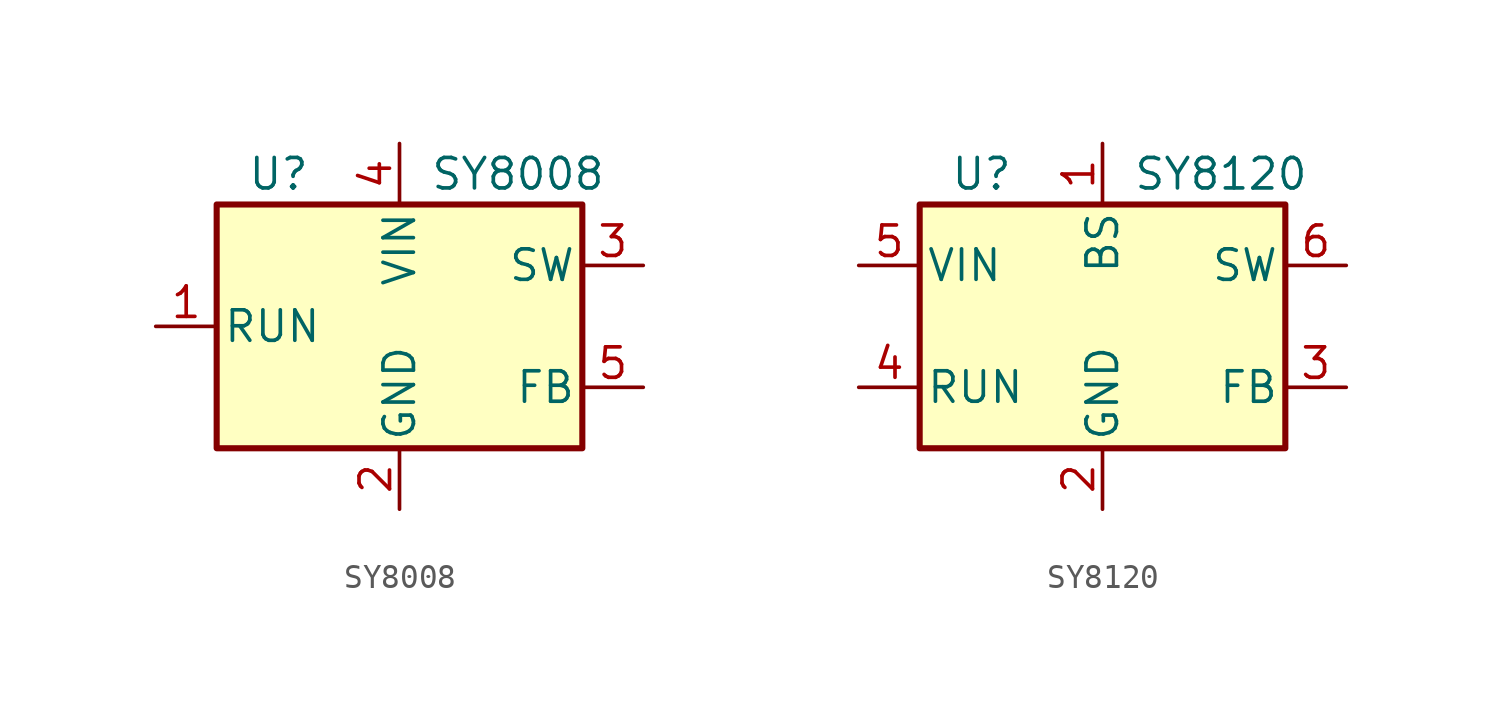
<source format=kicad_sym>
(kicad_symbol_lib
  (version 20201005)
  (generator kicad_symbol_editor)
  (symbol "symbols:SY8008"
    (pin_names
      (offset 0.254))
    (property "Reference" "U"
      (at -6.35 6.35 0)
      (effects (font (size 1.27 1.27)) (justify left)))
    (property "Value" "SY8008"
      (at 1.27 6.35 0)
      (effects (font (size 1.27 1.27)) (justify left)))
    (symbol "SY8008_0_1"
      (rectangle (start -7.62 5.08) (end 7.62 -5.08) (stroke (width 0.254)) (fill (type background))))
    (symbol "SY8008_1_1"
      (pin input line (at -10.16 0 0) (length 2.54) (name "RUN" (effects (font (size 1.27 1.27)))) (number "1" (effects (font (size 1.27 1.27)))))
      (pin power_in line (at 0 -7.62 90) (length 2.54) (name "GND" (effects (font (size 1.27 1.27)))) (number "2" (effects (font (size 1.27 1.27)))))
      (pin output line (at 10.16 2.54 180) (length 2.54) (name "SW" (effects (font (size 1.27 1.27)))) (number "3" (effects (font (size 1.27 1.27)))))
      (pin power_in line (at 0 7.62 270) (length 2.54) (name "VIN" (effects (font (size 1.27 1.27)))) (number "4" (effects (font (size 1.27 1.27)))))
      (pin input line (at 10.16 -2.54 180) (length 2.54) (name "FB" (effects (font (size 1.27 1.27)))) (number "5" (effects (font (size 1.27 1.27)))))))
  (symbol "symbols:SY8120"
    (pin_names
      (offset 0.254))
    (property "Reference" "U"
      (at -6.35 6.35 0)
      (effects (font (size 1.27 1.27)) (justify left)))
    (property "Value" "SY8120"
      (at 1.27 6.35 0)
      (effects (font (size 1.27 1.27)) (justify left)))
    (symbol "SY8120_0_1"
      (rectangle (start -7.62 5.08) (end 7.62 -5.08) (stroke (width 0.254)) (fill (type background))))
    (symbol "SY8120_1_1"
      (pin input line (at 0 7.62 270) (length 2.54) (name "BS" (effects (font (size 1.27 1.27)))) (number "1" (effects (font (size 1.27 1.27)))))
      (pin power_in line (at 0 -7.62 90) (length 2.54) (name "GND" (effects (font (size 1.27 1.27)))) (number "2" (effects (font (size 1.27 1.27)))))
      (pin input line (at 10.16 -2.54 180) (length 2.54) (name "FB" (effects (font (size 1.27 1.27)))) (number "3" (effects (font (size 1.27 1.27)))))
      (pin input line (at -10.16 -2.54 0) (length 2.54) (name "RUN" (effects (font (size 1.27 1.27)))) (number "4" (effects (font (size 1.27 1.27)))))
      (pin power_in line (at -10.16 2.54 0) (length 2.54) (name "VIN" (effects (font (size 1.27 1.27)))) (number "5" (effects (font (size 1.27 1.27)))))
      (pin output line (at 10.16 2.54 180) (length 2.54) (name "SW" (effects (font (size 1.27 1.27)))) (number "6" (effects (font (size 1.27 1.27))))))))
</source>
